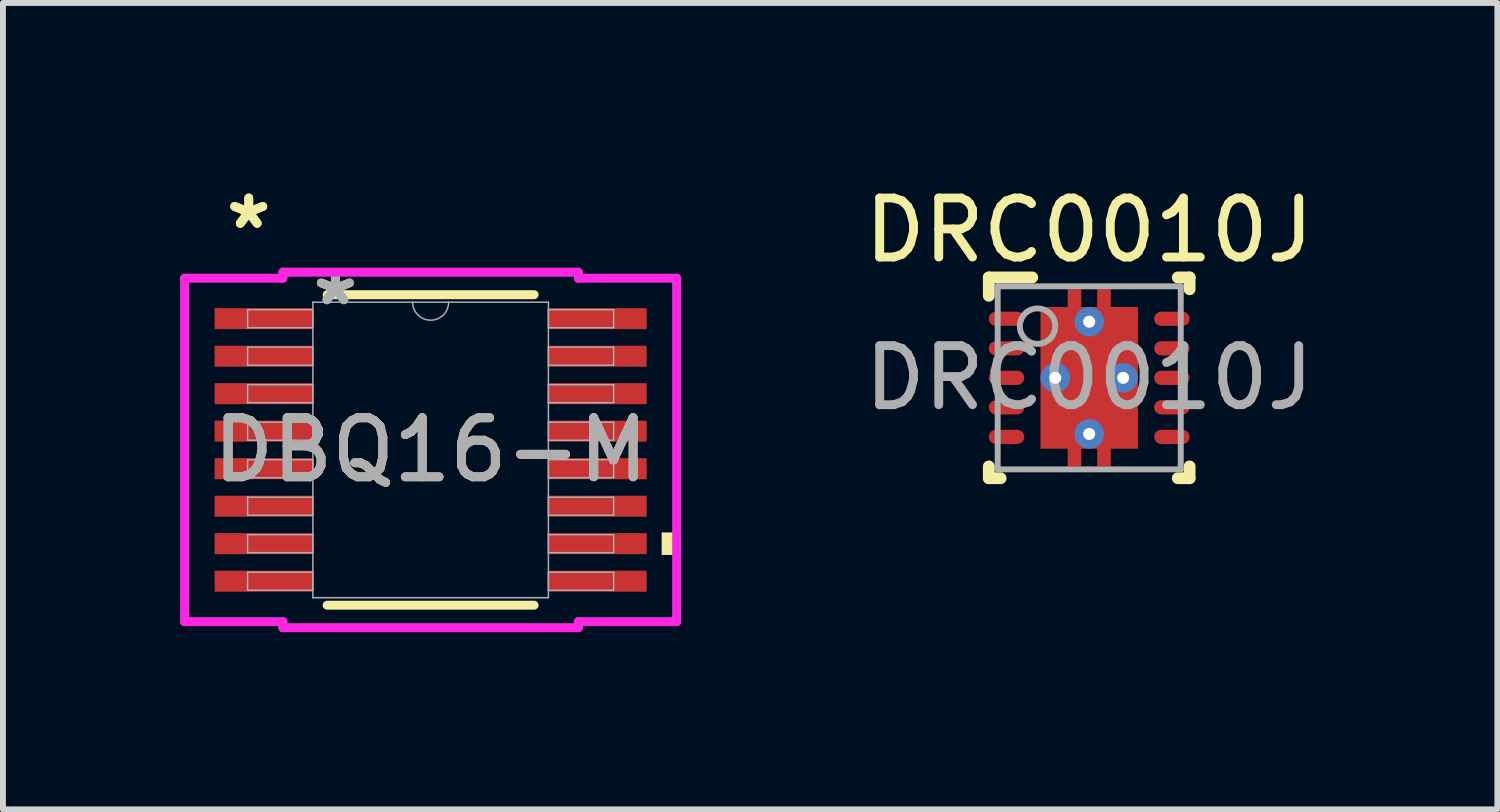
<source format=kicad_pcb>
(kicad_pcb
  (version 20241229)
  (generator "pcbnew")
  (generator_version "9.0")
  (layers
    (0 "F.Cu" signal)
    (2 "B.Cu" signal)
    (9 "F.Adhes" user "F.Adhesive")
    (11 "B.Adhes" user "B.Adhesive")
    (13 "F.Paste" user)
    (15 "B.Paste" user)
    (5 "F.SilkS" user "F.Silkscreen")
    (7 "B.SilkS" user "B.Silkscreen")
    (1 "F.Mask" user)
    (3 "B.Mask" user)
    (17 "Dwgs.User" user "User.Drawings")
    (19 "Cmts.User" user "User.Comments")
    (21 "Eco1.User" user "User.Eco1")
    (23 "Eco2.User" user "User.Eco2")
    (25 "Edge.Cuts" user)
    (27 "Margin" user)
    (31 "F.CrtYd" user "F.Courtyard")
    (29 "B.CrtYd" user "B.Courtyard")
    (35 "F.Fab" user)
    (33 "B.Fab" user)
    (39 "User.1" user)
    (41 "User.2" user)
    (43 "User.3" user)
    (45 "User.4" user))
  (footprint "DRC0010J"
    (layer "F.Cu")
    (at 15.394 3.348)
    (property "Reference" "DRC0010J" (at 0 -2.5 0) (unlocked yes) (layer "F.SilkS") (effects (font (size 1 1) (thickness 0.15))))
    (attr smd)
    (fp_poly (pts (xy -0.135 -1.5) (xy -0.365 -1.5) (xy -0.365 -1.1) (xy -0.135 -1.1)) (stroke (width 0) (type solid)) (fill yes) (layer "F.Cu"))
    (fp_poly (pts (xy -0.135 1.1) (xy -0.365 1.1) (xy -0.365 1.5) (xy -0.135 1.5)) (stroke (width 0) (type solid)) (fill yes) (layer "F.Cu"))
    (fp_poly (pts (xy 0.135 -1.1) (xy 0.365 -1.1) (xy 0.365 -1.5) (xy 0.135 -1.5)) (stroke (width 0) (type solid)) (fill yes) (layer "F.Cu"))
    (fp_poly (pts (xy 0.135 1.5) (xy 0.365 1.5) (xy 0.365 1.1) (xy 0.135 1.1)) (stroke (width 0) (type solid)) (fill yes) (layer "F.Cu"))
    (fp_poly (pts (xy -0.084 -1.551) (xy -0.416 -1.551) (xy -0.416 -1.049) (xy -0.084 -1.049)) (stroke (width 0) (type solid)) (fill yes) (layer "F.Mask"))
    (fp_poly (pts (xy -0.084 1.049) (xy -0.416 1.049) (xy -0.416 1.551) (xy -0.084 1.551)) (stroke (width 0) (type solid)) (fill yes) (layer "F.Mask"))
    (fp_poly (pts (xy 0.084 -1.049) (xy 0.416 -1.049) (xy 0.416 -1.551) (xy 0.084 -1.551)) (stroke (width 0) (type solid)) (fill yes) (layer "F.Mask"))
    (fp_poly (pts (xy 0.084 1.551) (xy 0.416 1.551) (xy 0.416 1.049) (xy 0.084 1.049)) (stroke (width 0) (type solid)) (fill yes) (layer "F.Mask"))
    (fp_line (start -1.7 -1.7) (end -0.965 -1.7) (stroke (width 0.2) (type solid)) (layer "F.SilkS"))
    (fp_line (start -1.7 -1.39) (end -1.7 -1.7) (stroke (width 0.2) (type solid)) (layer "F.SilkS"))
    (fp_line (start -1.7 1.7) (end -1.7 1.5) (stroke (width 0.2) (type solid)) (layer "F.SilkS"))
    (fp_line (start -1.7 1.7) (end -1.5 1.7) (stroke (width 0.2) (type solid)) (layer "F.SilkS"))
    (fp_line (start 1.5 -1.7) (end 1.7 -1.7) (stroke (width 0.2) (type solid)) (layer "F.SilkS"))
    (fp_line (start 1.5 1.7) (end 1.7 1.7) (stroke (width 0.2) (type solid)) (layer "F.SilkS"))
    (fp_line (start 1.7 -1.5) (end 1.7 -1.7) (stroke (width 0.2) (type solid)) (layer "F.SilkS"))
    (fp_line (start 1.7 1.7) (end 1.7 1.5) (stroke (width 0.2) (type solid)) (layer "F.SilkS"))
    (fp_poly (pts (xy -0.75 -0.1) (xy 0.75 -0.1) (xy 0.75 -1.165) (xy -0.75 -1.165)) (stroke (width 0) (type solid)) (fill yes) (layer "F.Paste"))
    (fp_poly (pts (xy -0.75 1.165) (xy 0.75 1.165) (xy 0.75 0.1) (xy -0.75 0.1)) (stroke (width 0) (type solid)) (fill yes) (layer "F.Paste"))
    (fp_line (start -1.55 -1.55) (end 1.55 -1.55) (stroke (width 0.1) (type solid)) (layer "F.Fab"))
    (fp_line (start -1.55 1.55) (end -1.55 -1.55) (stroke (width 0.1) (type solid)) (layer "F.Fab"))
    (fp_line (start -1.55 1.55) (end 1.55 1.55) (stroke (width 0.1) (type solid)) (layer "F.Fab"))
    (fp_line (start 1.55 1.55) (end 1.55 -1.55) (stroke (width 0.1) (type solid)) (layer "F.Fab"))
    (fp_circle (center -0.875 -0.875) (end -0.575 -0.875) (stroke (width 0.1) (type solid)) (fill no) (layer "F.Fab"))
    (fp_text user "${REFERENCE}" (at 0 0 0) (unlocked yes) (layer "F.Fab") (effects (font (size 1 1) (thickness 0.15))))
    (pad "1" smd oval (at -1.4 -1 90) (size 0.24 0.6) (layers "F.Cu" "F.Mask" "F.Paste"))
    (pad "2" smd oval (at -1.4 -0.5 90) (size 0.24 0.6) (layers "F.Cu" "F.Mask" "F.Paste"))
    (pad "3" smd oval (at -1.4 0 90) (size 0.24 0.6) (layers "F.Cu" "F.Mask" "F.Paste"))
    (pad "4" smd oval (at -1.4 0.5 90) (size 0.24 0.6) (layers "F.Cu" "F.Mask" "F.Paste"))
    (pad "5" smd oval (at -1.4 1 90) (size 0.24 0.6) (layers "F.Cu" "F.Mask" "F.Paste"))
    (pad "6" smd oval (at 1.4 1 90) (size 0.24 0.6) (layers "F.Cu" "F.Mask" "F.Paste"))
    (pad "7" smd oval (at 1.4 0.5 90) (size 0.24 0.6) (layers "F.Cu" "F.Mask" "F.Paste"))
    (pad "8" smd oval (at 1.4 0 90) (size 0.24 0.6) (layers "F.Cu" "F.Mask" "F.Paste"))
    (pad "9" smd oval (at 1.4 -0.5 90) (size 0.24 0.6) (layers "F.Cu" "F.Mask" "F.Paste"))
    (pad "10" smd oval (at 1.4 -1 90) (size 0.24 0.6) (layers "F.Cu" "F.Mask" "F.Paste"))
    (pad "11" smd rect (at 0.000003 0) (size 1.65 2.4) (layers "F.Cu" "F.Mask"))
    (pad "V" thru_hole circle (at -0.575 0) (size 0.5 0.5) (drill 0.203) (layers "*.Cu" "*.Mask"))
    (pad "V" thru_hole circle (at 0 -0.95) (size 0.5 0.5) (drill 0.203) (layers "*.Cu" "*.Mask"))
    (pad "V" thru_hole circle (at 0 0.95) (size 0.5 0.5) (drill 0.203) (layers "*.Cu" "*.Mask"))
    (pad "V" thru_hole circle (at 0.575 0) (size 0.5 0.5) (drill 0.203) (layers "*.Cu" "*.Mask")))
  (footprint "DBQ16-M"
    (layer "F.Cu")
    (at 4.242 4.569)
    (property "Reference" "DBQ16-M" (at 0 0 0) (unlocked yes) (layer "F.SilkS") (effects (font (size 1 1) (thickness 0.15))))
    (attr smd)
    (fp_line (start -1.752 2.629) (end 1.752 2.629) (stroke (width 0.152) (type solid)) (layer "F.SilkS"))
    (fp_line (start 1.752 -2.629) (end -1.752 -2.629) (stroke (width 0.152) (type solid)) (layer "F.SilkS"))
    (fp_poly (pts (xy 4.166 1.397) (xy 4.166 1.778) (xy 3.912 1.778) (xy 3.912 1.397)) (stroke (width 0) (type solid)) (fill yes) (layer "F.SilkS"))
    (fp_line (start -4.166 -2.908) (end -2.502 -2.908) (stroke (width 0.152) (type solid)) (layer "F.CrtYd"))
    (fp_line (start -4.166 2.908) (end -4.166 -2.908) (stroke (width 0.152) (type solid)) (layer "F.CrtYd"))
    (fp_line (start -4.166 2.908) (end -2.502 2.908) (stroke (width 0.152) (type solid)) (layer "F.CrtYd"))
    (fp_line (start -2.502 -3.01) (end 2.502 -3.01) (stroke (width 0.152) (type solid)) (layer "F.CrtYd"))
    (fp_line (start -2.502 -2.908) (end -2.502 -3.01) (stroke (width 0.152) (type solid)) (layer "F.CrtYd"))
    (fp_line (start -2.502 3.01) (end -2.502 2.908) (stroke (width 0.152) (type solid)) (layer "F.CrtYd"))
    (fp_line (start 2.502 -3.01) (end 2.502 -2.908) (stroke (width 0.152) (type solid)) (layer "F.CrtYd"))
    (fp_line (start 2.502 2.908) (end 2.502 3.01) (stroke (width 0.152) (type solid)) (layer "F.CrtYd"))
    (fp_line (start 2.502 3.01) (end -2.502 3.01) (stroke (width 0.152) (type solid)) (layer "F.CrtYd"))
    (fp_line (start 4.166 -2.908) (end 2.502 -2.908) (stroke (width 0.152) (type solid)) (layer "F.CrtYd"))
    (fp_line (start 4.166 -2.908) (end 4.166 2.908) (stroke (width 0.152) (type solid)) (layer "F.CrtYd"))
    (fp_line (start 4.166 2.908) (end 2.502 2.908) (stroke (width 0.152) (type solid)) (layer "F.CrtYd"))
    (fp_line (start -3.099 -2.375) (end -3.099 -2.07) (stroke (width 0.025) (type solid)) (layer "F.Fab"))
    (fp_line (start -3.099 -2.07) (end -1.994 -2.07) (stroke (width 0.025) (type solid)) (layer "F.Fab"))
    (fp_line (start -3.099 -1.74) (end -3.099 -1.435) (stroke (width 0.025) (type solid)) (layer "F.Fab"))
    (fp_line (start -3.099 -1.435) (end -1.994 -1.435) (stroke (width 0.025) (type solid)) (layer "F.Fab"))
    (fp_line (start -3.099 -1.105) (end -3.099 -0.8) (stroke (width 0.025) (type solid)) (layer "F.Fab"))
    (fp_line (start -3.099 -0.8) (end -1.994 -0.8) (stroke (width 0.025) (type solid)) (layer "F.Fab"))
    (fp_line (start -3.099 -0.47) (end -3.099 -0.165) (stroke (width 0.025) (type solid)) (layer "F.Fab"))
    (fp_line (start -3.099 -0.165) (end -1.994 -0.165) (stroke (width 0.025) (type solid)) (layer "F.Fab"))
    (fp_line (start -3.099 0.165) (end -3.099 0.47) (stroke (width 0.025) (type solid)) (layer "F.Fab"))
    (fp_line (start -3.099 0.47) (end -1.994 0.47) (stroke (width 0.025) (type solid)) (layer "F.Fab"))
    (fp_line (start -3.099 0.8) (end -3.099 1.105) (stroke (width 0.025) (type solid)) (layer "F.Fab"))
    (fp_line (start -3.099 1.105) (end -1.994 1.105) (stroke (width 0.025) (type solid)) (layer "F.Fab"))
    (fp_line (start -3.099 1.435) (end -3.099 1.74) (stroke (width 0.025) (type solid)) (layer "F.Fab"))
    (fp_line (start -3.099 1.74) (end -1.994 1.74) (stroke (width 0.025) (type solid)) (layer "F.Fab"))
    (fp_line (start -3.099 2.07) (end -3.099 2.375) (stroke (width 0.025) (type solid)) (layer "F.Fab"))
    (fp_line (start -3.099 2.375) (end -1.994 2.375) (stroke (width 0.025) (type solid)) (layer "F.Fab"))
    (fp_line (start -1.994 -2.502) (end -1.994 2.502) (stroke (width 0.025) (type solid)) (layer "F.Fab"))
    (fp_line (start -1.994 -2.375) (end -3.099 -2.375) (stroke (width 0.025) (type solid)) (layer "F.Fab"))
    (fp_line (start -1.994 -2.07) (end -1.994 -2.375) (stroke (width 0.025) (type solid)) (layer "F.Fab"))
    (fp_line (start -1.994 -1.74) (end -3.099 -1.74) (stroke (width 0.025) (type solid)) (layer "F.Fab"))
    (fp_line (start -1.994 -1.435) (end -1.994 -1.74) (stroke (width 0.025) (type solid)) (layer "F.Fab"))
    (fp_line (start -1.994 -1.105) (end -3.099 -1.105) (stroke (width 0.025) (type solid)) (layer "F.Fab"))
    (fp_line (start -1.994 -0.8) (end -1.994 -1.105) (stroke (width 0.025) (type solid)) (layer "F.Fab"))
    (fp_line (start -1.994 -0.47) (end -3.099 -0.47) (stroke (width 0.025) (type solid)) (layer "F.Fab"))
    (fp_line (start -1.994 -0.165) (end -1.994 -0.47) (stroke (width 0.025) (type solid)) (layer "F.Fab"))
    (fp_line (start -1.994 0.165) (end -3.099 0.165) (stroke (width 0.025) (type solid)) (layer "F.Fab"))
    (fp_line (start -1.994 0.47) (end -1.994 0.165) (stroke (width 0.025) (type solid)) (layer "F.Fab"))
    (fp_line (start -1.994 0.8) (end -3.099 0.8) (stroke (width 0.025) (type solid)) (layer "F.Fab"))
    (fp_line (start -1.994 1.105) (end -1.994 0.8) (stroke (width 0.025) (type solid)) (layer "F.Fab"))
    (fp_line (start -1.994 1.435) (end -3.099 1.435) (stroke (width 0.025) (type solid)) (layer "F.Fab"))
    (fp_line (start -1.994 1.74) (end -1.994 1.435) (stroke (width 0.025) (type solid)) (layer "F.Fab"))
    (fp_line (start -1.994 2.07) (end -3.099 2.07) (stroke (width 0.025) (type solid)) (layer "F.Fab"))
    (fp_line (start -1.994 2.375) (end -1.994 2.07) (stroke (width 0.025) (type solid)) (layer "F.Fab"))
    (fp_line (start -1.994 2.502) (end 1.994 2.502) (stroke (width 0.025) (type solid)) (layer "F.Fab"))
    (fp_line (start 1.994 -2.502) (end -1.994 -2.502) (stroke (width 0.025) (type solid)) (layer "F.Fab"))
    (fp_line (start 1.994 -2.375) (end 1.994 -2.07) (stroke (width 0.025) (type solid)) (layer "F.Fab"))
    (fp_line (start 1.994 -2.07) (end 3.099 -2.07) (stroke (width 0.025) (type solid)) (layer "F.Fab"))
    (fp_line (start 1.994 -1.74) (end 1.994 -1.435) (stroke (width 0.025) (type solid)) (layer "F.Fab"))
    (fp_line (start 1.994 -1.435) (end 3.099 -1.435) (stroke (width 0.025) (type solid)) (layer "F.Fab"))
    (fp_line (start 1.994 -1.105) (end 1.994 -0.8) (stroke (width 0.025) (type solid)) (layer "F.Fab"))
    (fp_line (start 1.994 -0.8) (end 3.099 -0.8) (stroke (width 0.025) (type solid)) (layer "F.Fab"))
    (fp_line (start 1.994 -0.47) (end 1.994 -0.165) (stroke (width 0.025) (type solid)) (layer "F.Fab"))
    (fp_line (start 1.994 -0.165) (end 3.099 -0.165) (stroke (width 0.025) (type solid)) (layer "F.Fab"))
    (fp_line (start 1.994 0.165) (end 1.994 0.47) (stroke (width 0.025) (type solid)) (layer "F.Fab"))
    (fp_line (start 1.994 0.47) (end 3.099 0.47) (stroke (width 0.025) (type solid)) (layer "F.Fab"))
    (fp_line (start 1.994 0.8) (end 1.994 1.105) (stroke (width 0.025) (type solid)) (layer "F.Fab"))
    (fp_line (start 1.994 1.105) (end 3.099 1.105) (stroke (width 0.025) (type solid)) (layer "F.Fab"))
    (fp_line (start 1.994 1.435) (end 1.994 1.74) (stroke (width 0.025) (type solid)) (layer "F.Fab"))
    (fp_line (start 1.994 1.74) (end 3.099 1.74) (stroke (width 0.025) (type solid)) (layer "F.Fab"))
    (fp_line (start 1.994 2.07) (end 1.994 2.375) (stroke (width 0.025) (type solid)) (layer "F.Fab"))
    (fp_line (start 1.994 2.375) (end 3.099 2.375) (stroke (width 0.025) (type solid)) (layer "F.Fab"))
    (fp_line (start 1.994 2.502) (end 1.994 -2.502) (stroke (width 0.025) (type solid)) (layer "F.Fab"))
    (fp_line (start 3.099 -2.375) (end 1.994 -2.375) (stroke (width 0.025) (type solid)) (layer "F.Fab"))
    (fp_line (start 3.099 -2.07) (end 3.099 -2.375) (stroke (width 0.025) (type solid)) (layer "F.Fab"))
    (fp_line (start 3.099 -1.74) (end 1.994 -1.74) (stroke (width 0.025) (type solid)) (layer "F.Fab"))
    (fp_line (start 3.099 -1.435) (end 3.099 -1.74) (stroke (width 0.025) (type solid)) (layer "F.Fab"))
    (fp_line (start 3.099 -1.105) (end 1.994 -1.105) (stroke (width 0.025) (type solid)) (layer "F.Fab"))
    (fp_line (start 3.099 -0.8) (end 3.099 -1.105) (stroke (width 0.025) (type solid)) (layer "F.Fab"))
    (fp_line (start 3.099 -0.47) (end 1.994 -0.47) (stroke (width 0.025) (type solid)) (layer "F.Fab"))
    (fp_line (start 3.099 -0.165) (end 3.099 -0.47) (stroke (width 0.025) (type solid)) (layer "F.Fab"))
    (fp_line (start 3.099 0.165) (end 1.994 0.165) (stroke (width 0.025) (type solid)) (layer "F.Fab"))
    (fp_line (start 3.099 0.47) (end 3.099 0.165) (stroke (width 0.025) (type solid)) (layer "F.Fab"))
    (fp_line (start 3.099 0.8) (end 1.994 0.8) (stroke (width 0.025) (type solid)) (layer "F.Fab"))
    (fp_line (start 3.099 1.105) (end 3.099 0.8) (stroke (width 0.025) (type solid)) (layer "F.Fab"))
    (fp_line (start 3.099 1.435) (end 1.994 1.435) (stroke (width 0.025) (type solid)) (layer "F.Fab"))
    (fp_line (start 3.099 1.74) (end 3.099 1.435) (stroke (width 0.025) (type solid)) (layer "F.Fab"))
    (fp_line (start 3.099 2.07) (end 1.994 2.07) (stroke (width 0.025) (type solid)) (layer "F.Fab"))
    (fp_line (start 3.099 2.375) (end 3.099 2.07) (stroke (width 0.025) (type solid)) (layer "F.Fab"))
    (fp_arc (start 0.3048 -2.5019) (mid 0 -2.1971) (end -0.3048 -2.5019) (stroke (width 0.0254) (type solid)) (layer "F.Fab"))
    (fp_text user "*" (at -3.08 -3.721 0) (layer "F.SilkS") (effects (font (size 1 1) (thickness 0.15))))
    (fp_text user "*" (at -3.08 -3.721 0) (unlocked yes) (layer "F.SilkS") (effects (font (size 1 1) (thickness 0.15))))
    (fp_text user "${REFERENCE}" (at 0 0 0) (unlocked yes) (layer "F.Fab") (effects (font (size 1 1) (thickness 0.15))))
    (fp_text user "*" (at -1.613 -2.426 0) (unlocked yes) (layer "F.Fab") (effects (font (size 1 1) (thickness 0.15))))
    (fp_text user "*" (at -1.613 -2.426 0) (layer "F.Fab") (effects (font (size 1 1) (thickness 0.15))))
    (pad "1" smd rect (at -2.826 -2.223) (size 1.664 0.356) (layers "F.Cu" "F.Mask" "F.Paste"))
    (pad "2" smd rect (at -2.826 -1.587) (size 1.664 0.356) (layers "F.Cu" "F.Mask" "F.Paste"))
    (pad "3" smd rect (at -2.826 -0.953) (size 1.664 0.356) (layers "F.Cu" "F.Mask" "F.Paste"))
    (pad "4" smd rect (at -2.826 -0.318) (size 1.664 0.356) (layers "F.Cu" "F.Mask" "F.Paste"))
    (pad "5" smd rect (at -2.826 0.318) (size 1.664 0.356) (layers "F.Cu" "F.Mask" "F.Paste"))
    (pad "6" smd rect (at -2.826 0.953) (size 1.664 0.356) (layers "F.Cu" "F.Mask" "F.Paste"))
    (pad "7" smd rect (at -2.826 1.587) (size 1.664 0.356) (layers "F.Cu" "F.Mask" "F.Paste"))
    (pad "8" smd rect (at -2.826 2.223) (size 1.664 0.356) (layers "F.Cu" "F.Mask" "F.Paste"))
    (pad "9" smd rect (at 2.826 2.223) (size 1.664 0.356) (layers "F.Cu" "F.Mask" "F.Paste"))
    (pad "10" smd rect (at 2.826 1.587) (size 1.664 0.356) (layers "F.Cu" "F.Mask" "F.Paste"))
    (pad "11" smd rect (at 2.826 0.953) (size 1.664 0.356) (layers "F.Cu" "F.Mask" "F.Paste"))
    (pad "12" smd rect (at 2.826 0.318) (size 1.664 0.356) (layers "F.Cu" "F.Mask" "F.Paste"))
    (pad "13" smd rect (at 2.826 -0.318) (size 1.664 0.356) (layers "F.Cu" "F.Mask" "F.Paste"))
    (pad "14" smd rect (at 2.826 -0.953) (size 1.664 0.356) (layers "F.Cu" "F.Mask" "F.Paste"))
    (pad "15" smd rect (at 2.826 -1.587) (size 1.664 0.356) (layers "F.Cu" "F.Mask" "F.Paste"))
    (pad "16" smd rect (at 2.826 -2.223) (size 1.664 0.356) (layers "F.Cu" "F.Mask" "F.Paste")))
  (gr_rect
    (start -3 -3)
    (end 22.305 10.655)
    (stroke (width 0.1) (type default))
    (fill no)
    (layer "Edge.Cuts")))
</source>
